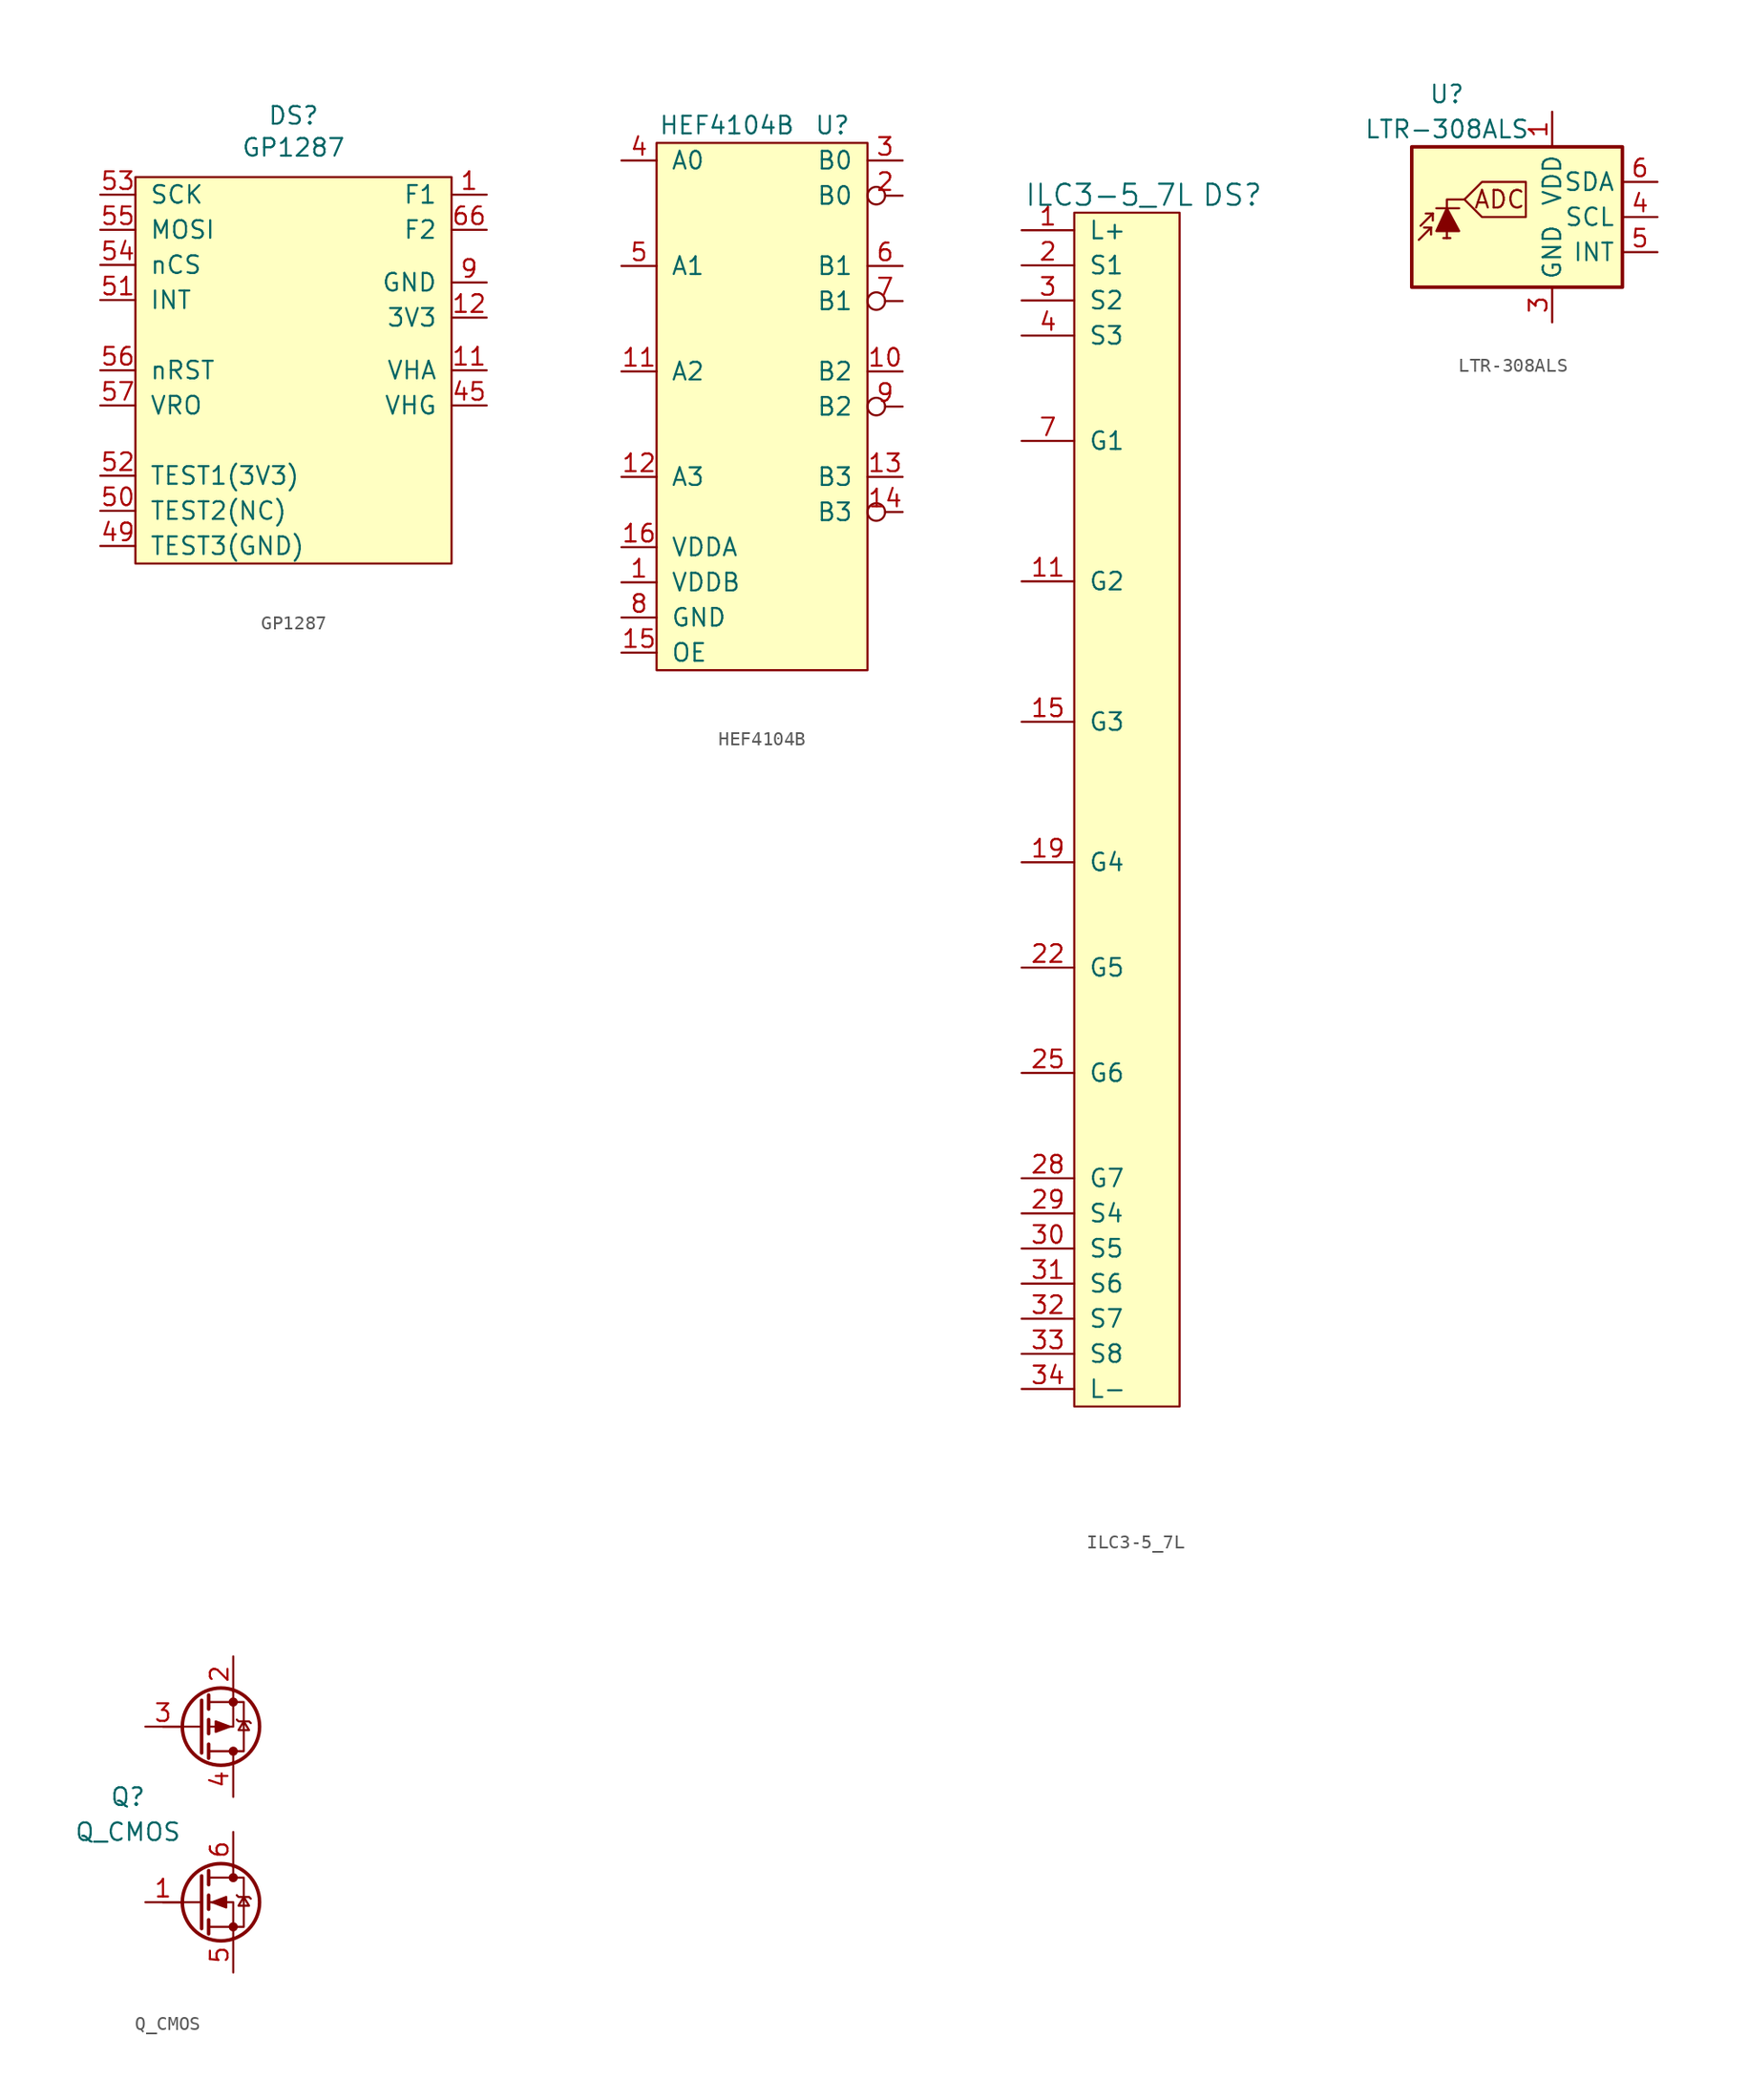
<source format=kicad_sym>
(kicad_symbol_lib
  (version 20211014)
  (generator kicad_symbol_editor)
  (symbol "GP1287"
    (pin_names
      (offset 1.016))
    (property "Reference" "DS"
      (at 0 18.415 0)
      (effects (font (size 1.27 1.27))))
    (property "Value" "GP1287"
      (at 0 16.104 0)
      (effects (font (size 1.27 1.27))))
    (symbol "GP1287_0_1"
      (rectangle (start -11.43 13.97) (end 11.43 -13.97) (stroke (width 0) (type default) (color 0 0 0 0)) (fill (type background))))
    (symbol "GP1287_1_1"
      (pin power_in line (at 13.97 12.7 180) (length 2.54) (name "F1" (effects (font (size 1.27 1.27)))) (number "1" (effects (font (size 1.27 1.27)))))
      (pin power_in line (at 13.97 6.35 180) (length 2.54) hide (name "GND" (effects (font (size 1.27 1.27)))) (number "10" (effects (font (size 1.27 1.27)))))
      (pin power_in line (at 13.97 0 180) (length 2.54) (name "VHA" (effects (font (size 1.27 1.27)))) (number "11" (effects (font (size 1.27 1.27)))))
      (pin power_in line (at 13.97 3.81 180) (length 2.54) (name "3V3" (effects (font (size 1.27 1.27)))) (number "12" (effects (font (size 1.27 1.27)))))
      (pin no_connect line (at 11.43 -5.08 180) (length 2.54) hide (name "NC" (effects (font (size 1.27 1.27)))) (number "13" (effects (font (size 1.27 1.27)))))
      (pin power_in line (at 13.97 12.7 180) (length 2.54) hide (name "F1" (effects (font (size 1.27 1.27)))) (number "2" (effects (font (size 1.27 1.27)))))
      (pin power_in line (at 13.97 12.7 180) (length 2.54) hide (name "F1" (effects (font (size 1.27 1.27)))) (number "3" (effects (font (size 1.27 1.27)))))
      (pin power_in line (at 13.97 12.7 180) (length 2.54) hide (name "F1" (effects (font (size 1.27 1.27)))) (number "4" (effects (font (size 1.27 1.27)))))
      (pin no_connect line (at 11.43 -6.35 180) (length 2.54) hide (name "NC" (effects (font (size 1.27 1.27)))) (number "44" (effects (font (size 1.27 1.27)))))
      (pin power_in line (at 13.97 -2.54 180) (length 2.54) (name "VHG" (effects (font (size 1.27 1.27)))) (number "45" (effects (font (size 1.27 1.27)))))
      (pin no_connect line (at 11.43 -7.62 180) (length 2.54) hide (name "NC" (effects (font (size 1.27 1.27)))) (number "46" (effects (font (size 1.27 1.27)))))
      (pin power_in line (at 13.97 6.35 180) (length 2.54) hide (name "GND" (effects (font (size 1.27 1.27)))) (number "47" (effects (font (size 1.27 1.27)))))
      (pin no_connect line (at 11.43 -8.89 180) (length 2.54) hide (name "NC" (effects (font (size 1.27 1.27)))) (number "48" (effects (font (size 1.27 1.27)))))
      (pin input line (at -13.97 -12.7 0) (length 2.54) (name "TEST3(GND)" (effects (font (size 1.27 1.27)))) (number "49" (effects (font (size 1.27 1.27)))))
      (pin input line (at -13.97 -10.16 0) (length 2.54) (name "TEST2(NC)" (effects (font (size 1.27 1.27)))) (number "50" (effects (font (size 1.27 1.27)))))
      (pin output line (at -13.97 5.08 0) (length 2.54) (name "INT" (effects (font (size 1.27 1.27)))) (number "51" (effects (font (size 1.27 1.27)))))
      (pin input line (at -13.97 -7.62 0) (length 2.54) (name "TEST1(3V3)" (effects (font (size 1.27 1.27)))) (number "52" (effects (font (size 1.27 1.27)))))
      (pin input line (at -13.97 12.7 0) (length 2.54) (name "SCK" (effects (font (size 1.27 1.27)))) (number "53" (effects (font (size 1.27 1.27)))))
      (pin input line (at -13.97 7.62 0) (length 2.54) (name "nCS" (effects (font (size 1.27 1.27)))) (number "54" (effects (font (size 1.27 1.27)))))
      (pin input line (at -13.97 10.16 0) (length 2.54) (name "MOSI" (effects (font (size 1.27 1.27)))) (number "55" (effects (font (size 1.27 1.27)))))
      (pin input line (at -13.97 0 0) (length 2.54) (name "nRST" (effects (font (size 1.27 1.27)))) (number "56" (effects (font (size 1.27 1.27)))))
      (pin input line (at -13.97 -2.54 0) (length 2.54) (name "VRO" (effects (font (size 1.27 1.27)))) (number "57" (effects (font (size 1.27 1.27)))))
      (pin no_connect line (at 11.43 -10.16 180) (length 2.54) hide (name "NC" (effects (font (size 1.27 1.27)))) (number "58" (effects (font (size 1.27 1.27)))))
      (pin no_connect line (at 11.43 -11.43 180) (length 2.54) hide (name "NC" (effects (font (size 1.27 1.27)))) (number "59" (effects (font (size 1.27 1.27)))))
      (pin power_in line (at 13.97 3.81 180) (length 2.54) hide (name "3V3" (effects (font (size 1.27 1.27)))) (number "60" (effects (font (size 1.27 1.27)))))
      (pin power_in line (at 13.97 6.35 180) (length 2.54) hide (name "GND" (effects (font (size 1.27 1.27)))) (number "61" (effects (font (size 1.27 1.27)))))
      (pin power_in line (at 13.97 10.16 180) (length 2.54) (name "F2" (effects (font (size 1.27 1.27)))) (number "66" (effects (font (size 1.27 1.27)))))
      (pin power_in line (at 13.97 10.16 180) (length 2.54) hide (name "F2" (effects (font (size 1.27 1.27)))) (number "67" (effects (font (size 1.27 1.27)))))
      (pin power_in line (at 13.97 10.16 180) (length 2.54) hide (name "F2" (effects (font (size 1.27 1.27)))) (number "68" (effects (font (size 1.27 1.27)))))
      (pin power_in line (at 13.97 10.16 180) (length 2.54) hide (name "F2" (effects (font (size 1.27 1.27)))) (number "69" (effects (font (size 1.27 1.27)))))
      (pin power_in line (at 13.97 6.35 180) (length 2.54) (name "GND" (effects (font (size 1.27 1.27)))) (number "9" (effects (font (size 1.27 1.27)))))))
  (symbol "HEF4104B"
    (pin_names
      (offset 1.016))
    (property "Reference" "U"
      (at 5.08 20.32 0)
      (effects (font (size 1.27 1.27))))
    (property "Value" "HEF4104B"
      (at -2.54 20.32 0)
      (effects (font (size 1.27 1.27))))
    (symbol "HEF4104B_0_1"
      (rectangle (start -7.62 19.05) (end 7.62 -19.05) (stroke (width 0) (type default) (color 0 0 0 0)) (fill (type background))))
    (symbol "HEF4104B_1_1"
      (pin power_in line (at -10.16 -12.7 0) (length 2.54) (name "VDDB" (effects (font (size 1.27 1.27)))) (number "1" (effects (font (size 1.27 1.27)))))
      (pin output line (at 10.16 2.54 180) (length 2.54) (name "B2" (effects (font (size 1.27 1.27)))) (number "10" (effects (font (size 1.27 1.27)))))
      (pin input line (at -10.16 2.54 0) (length 2.54) (name "A2" (effects (font (size 1.27 1.27)))) (number "11" (effects (font (size 1.27 1.27)))))
      (pin input line (at -10.16 -5.08 0) (length 2.54) (name "A3" (effects (font (size 1.27 1.27)))) (number "12" (effects (font (size 1.27 1.27)))))
      (pin output line (at 10.16 -5.08 180) (length 2.54) (name "B3" (effects (font (size 1.27 1.27)))) (number "13" (effects (font (size 1.27 1.27)))))
      (pin output inverted (at 10.16 -7.62 180) (length 2.54) (name "B3" (effects (font (size 1.27 1.27)))) (number "14" (effects (font (size 1.27 1.27)))))
      (pin input line (at -10.16 -17.78 0) (length 2.54) (name "OE" (effects (font (size 1.27 1.27)))) (number "15" (effects (font (size 1.27 1.27)))))
      (pin power_in line (at -10.16 -10.16 0) (length 2.54) (name "VDDA" (effects (font (size 1.27 1.27)))) (number "16" (effects (font (size 1.27 1.27)))))
      (pin output inverted (at 10.16 15.24 180) (length 2.54) (name "B0" (effects (font (size 1.27 1.27)))) (number "2" (effects (font (size 1.27 1.27)))))
      (pin output line (at 10.16 17.78 180) (length 2.54) (name "B0" (effects (font (size 1.27 1.27)))) (number "3" (effects (font (size 1.27 1.27)))))
      (pin input line (at -10.16 17.78 0) (length 2.54) (name "A0" (effects (font (size 1.27 1.27)))) (number "4" (effects (font (size 1.27 1.27)))))
      (pin input line (at -10.16 10.16 0) (length 2.54) (name "A1" (effects (font (size 1.27 1.27)))) (number "5" (effects (font (size 1.27 1.27)))))
      (pin output line (at 10.16 10.16 180) (length 2.54) (name "B1" (effects (font (size 1.27 1.27)))) (number "6" (effects (font (size 1.27 1.27)))))
      (pin output inverted (at 10.16 7.62 180) (length 2.54) (name "B1" (effects (font (size 1.27 1.27)))) (number "7" (effects (font (size 1.27 1.27)))))
      (pin power_in line (at -10.16 -15.24 0) (length 2.54) (name "GND" (effects (font (size 1.27 1.27)))) (number "8" (effects (font (size 1.27 1.27)))))
      (pin output inverted (at 10.16 0 180) (length 2.54) (name "B2" (effects (font (size 1.27 1.27)))) (number "9" (effects (font (size 1.27 1.27)))))))
  (symbol "ILC3-5_7L"
    (pin_names
      (offset 1.016))
    (property "Reference" "DS"
      (at 7.62 44.45 0)
      (effects (font (size 1.524 1.524))))
    (property "Value" "ILC3-5_7L"
      (at -1.27 44.45 0)
      (effects (font (size 1.524 1.524))))
    (symbol "ILC3-5_7L_0_1"
      (rectangle (start 3.81 43.18) (end -3.81 -43.18) (stroke (width 0) (type default) (color 0 0 0 0)) (fill (type background))))
    (symbol "ILC3-5_7L_1_1"
      (pin power_in line (at -7.62 41.91 0) (length 3.81) (name "L+" (effects (font (size 1.27 1.27)))) (number "1" (effects (font (size 1.27 1.27)))))
      (pin passive line (at -7.62 16.51 0) (length 3.81) (name "G2" (effects (font (size 1.27 1.27)))) (number "11" (effects (font (size 1.27 1.27)))))
      (pin passive line (at -7.62 6.35 0) (length 3.81) (name "G3" (effects (font (size 1.27 1.27)))) (number "15" (effects (font (size 1.27 1.27)))))
      (pin passive line (at -7.62 -3.81 0) (length 3.81) (name "G4" (effects (font (size 1.27 1.27)))) (number "19" (effects (font (size 1.27 1.27)))))
      (pin passive line (at -7.62 39.37 0) (length 3.81) (name "S1" (effects (font (size 1.27 1.27)))) (number "2" (effects (font (size 1.27 1.27)))))
      (pin passive line (at -7.62 -11.43 0) (length 3.81) (name "G5" (effects (font (size 1.27 1.27)))) (number "22" (effects (font (size 1.27 1.27)))))
      (pin passive line (at -7.62 -19.05 0) (length 3.81) (name "G6" (effects (font (size 1.27 1.27)))) (number "25" (effects (font (size 1.27 1.27)))))
      (pin passive line (at -7.62 -26.67 0) (length 3.81) (name "G7" (effects (font (size 1.27 1.27)))) (number "28" (effects (font (size 1.27 1.27)))))
      (pin passive line (at -7.62 -29.21 0) (length 3.81) (name "S4" (effects (font (size 1.27 1.27)))) (number "29" (effects (font (size 1.27 1.27)))))
      (pin passive line (at -7.62 36.83 0) (length 3.81) (name "S2" (effects (font (size 1.27 1.27)))) (number "3" (effects (font (size 1.27 1.27)))))
      (pin passive line (at -7.62 -31.75 0) (length 3.81) (name "S5" (effects (font (size 1.27 1.27)))) (number "30" (effects (font (size 1.27 1.27)))))
      (pin passive line (at -7.62 -34.29 0) (length 3.81) (name "S6" (effects (font (size 1.27 1.27)))) (number "31" (effects (font (size 1.27 1.27)))))
      (pin passive line (at -7.62 -36.83 0) (length 3.81) (name "S7" (effects (font (size 1.27 1.27)))) (number "32" (effects (font (size 1.27 1.27)))))
      (pin passive line (at -7.62 -39.37 0) (length 3.81) (name "S8" (effects (font (size 1.27 1.27)))) (number "33" (effects (font (size 1.27 1.27)))))
      (pin power_in line (at -7.62 -41.91 0) (length 3.81) (name "L-" (effects (font (size 1.27 1.27)))) (number "34" (effects (font (size 1.27 1.27)))))
      (pin passive line (at -7.62 34.29 0) (length 3.81) (name "S3" (effects (font (size 1.27 1.27)))) (number "4" (effects (font (size 1.27 1.27)))))
      (pin passive line (at -7.62 26.67 0) (length 3.81) (name "G1" (effects (font (size 1.27 1.27)))) (number "7" (effects (font (size 1.27 1.27)))))))
  (symbol "LTR-308ALS"
    (property "Reference" "U"
      (at -5.08 8.89 0)
      (effects (font (size 1.27 1.27))))
    (property "Value" "LTR-308ALS"
      (at -5.08 6.35 0)
      (effects (font (size 1.27 1.27))))
    (symbol "LTR-308ALS_0_0"
      (polyline (pts (xy -3.81 1.27) (xy -2.54 2.54) (xy 0.635 2.54) (xy 0.635 0) (xy -2.54 0) (xy -3.81 1.27)) (stroke (width 0) (type default) (color 0 0 0 0)) (fill (type none)))
      (text "ADC" (at -1.27 1.27 0) (effects (font (size 1.27 1.27)))))
    (symbol "LTR-308ALS_0_1"
      (rectangle (start -7.62 5.08) (end 7.62 -5.08) (stroke (width 0.254) (type default) (color 0 0 0 0)) (fill (type background))))
    (symbol "LTR-308ALS_1_0"
      (polyline (pts (xy -5.08 -1.524) (xy -5.08 1.27) (xy -3.81 1.27)) (stroke (width 0) (type default) (color 0 0 0 0)) (fill (type none))))
    (symbol "LTR-308ALS_1_1"
      (polyline (pts (xy -6.223 -0.762) (xy -7.112 -1.651)) (stroke (width 0) (type default) (color 0 0 0 0)) (fill (type none)))
      (polyline (pts (xy -6.223 -0.762) (xy -6.731 -0.762)) (stroke (width 0) (type default) (color 0 0 0 0)) (fill (type none)))
      (polyline (pts (xy -6.223 -0.762) (xy -6.223 -1.27)) (stroke (width 0) (type default) (color 0 0 0 0)) (fill (type none)))
      (polyline (pts (xy -6.096 0.254) (xy -6.985 -0.635)) (stroke (width 0) (type default) (color 0 0 0 0)) (fill (type none)))
      (polyline (pts (xy -6.096 0.254) (xy -6.604 0.254)) (stroke (width 0) (type default) (color 0 0 0 0)) (fill (type none)))
      (polyline (pts (xy -6.096 0.254) (xy -6.096 -0.254)) (stroke (width 0) (type default) (color 0 0 0 0)) (fill (type none)))
      (polyline (pts (xy -5.842 0.635) (xy -4.191 0.635)) (stroke (width 0) (type default) (color 0 0 0 0)) (fill (type none)))
      (polyline (pts (xy -4.826 -1.524) (xy -5.334 -1.524)) (stroke (width 0) (type default) (color 0 0 0 0)) (fill (type none)))
      (polyline (pts (xy -5.842 -1.016) (xy -4.191 -1.016) (xy -5.08 0.635) (xy -5.842 -1.016)) (stroke (width 0) (type default) (color 0 0 0 0)) (fill (type outline)))
      (pin power_in line (at 2.54 7.62 270) (length 2.54) (name "VDD" (effects (font (size 1.27 1.27)))) (number "1" (effects (font (size 1.27 1.27)))))
      (pin no_connect line (at -6.35 2.54 0) (length 2.54) hide (name "NC" (effects (font (size 1.27 1.27)))) (number "2" (effects (font (size 1.27 1.27)))))
      (pin power_in line (at 2.54 -7.62 90) (length 2.54) (name "GND" (effects (font (size 1.27 1.27)))) (number "3" (effects (font (size 1.27 1.27)))))
      (pin input line (at 10.16 0 180) (length 2.54) (name "SCL" (effects (font (size 1.27 1.27)))) (number "4" (effects (font (size 1.27 1.27)))))
      (pin open_collector line (at 10.16 -2.54 180) (length 2.54) (name "INT" (effects (font (size 1.27 1.27)))) (number "5" (effects (font (size 1.27 1.27)))))
      (pin bidirectional line (at 10.16 2.54 180) (length 2.54) (name "SDA" (effects (font (size 1.27 1.27)))) (number "6" (effects (font (size 1.27 1.27)))))))
  (symbol "Q_CMOS"
    (pin_names
      (offset 1.016) hide)
    (property "Reference" "Q"
      (at -6.35 1.27 0)
      (effects (font (size 1.27 1.27))))
    (property "Value" "Q_CMOS"
      (at -6.35 -1.27 0)
      (effects (font (size 1.27 1.27))))
    (symbol "Q_CMOS_1_1"
      (polyline (pts (xy -1.016 -6.35) (xy -3.81 -6.35)) (stroke (width 0) (type default) (color 0 0 0 0)) (fill (type none)))
      (polyline (pts (xy -1.016 -4.445) (xy -1.016 -8.255)) (stroke (width 0.254) (type default) (color 0 0 0 0)) (fill (type none)))
      (polyline (pts (xy -1.016 4.445) (xy -1.016 8.255)) (stroke (width 0.254) (type default) (color 0 0 0 0)) (fill (type none)))
      (polyline (pts (xy -1.016 6.35) (xy -3.81 6.35)) (stroke (width 0) (type default) (color 0 0 0 0)) (fill (type none)))
      (polyline (pts (xy -0.508 -7.62) (xy -0.508 -8.636)) (stroke (width 0.254) (type default) (color 0 0 0 0)) (fill (type none)))
      (polyline (pts (xy -0.508 -5.842) (xy -0.508 -6.858)) (stroke (width 0.254) (type default) (color 0 0 0 0)) (fill (type none)))
      (polyline (pts (xy -0.508 -4.064) (xy -0.508 -5.08)) (stroke (width 0.254) (type default) (color 0 0 0 0)) (fill (type none)))
      (polyline (pts (xy -0.508 4.064) (xy -0.508 5.08)) (stroke (width 0.254) (type default) (color 0 0 0 0)) (fill (type none)))
      (polyline (pts (xy -0.508 5.842) (xy -0.508 6.858)) (stroke (width 0.254) (type default) (color 0 0 0 0)) (fill (type none)))
      (polyline (pts (xy -0.508 7.62) (xy -0.508 8.636)) (stroke (width 0.254) (type default) (color 0 0 0 0)) (fill (type none)))
      (polyline (pts (xy 1.27 -3.81) (xy 1.27 -4.572)) (stroke (width 0) (type default) (color 0 0 0 0)) (fill (type none)))
      (polyline (pts (xy 1.27 3.81) (xy 1.27 4.572)) (stroke (width 0) (type default) (color 0 0 0 0)) (fill (type none)))
      (polyline (pts (xy 1.27 -8.89) (xy 1.27 -6.35) (xy -0.508 -6.35)) (stroke (width 0) (type default) (color 0 0 0 0)) (fill (type none)))
      (polyline (pts (xy 1.27 8.89) (xy 1.27 6.35) (xy -0.508 6.35)) (stroke (width 0) (type default) (color 0 0 0 0)) (fill (type none)))
      (polyline (pts (xy -0.508 -8.128) (xy 2.032 -8.128) (xy 2.032 -4.572) (xy -0.508 -4.572)) (stroke (width 0) (type default) (color 0 0 0 0)) (fill (type none)))
      (polyline (pts (xy -0.508 4.572) (xy 2.032 4.572) (xy 2.032 8.128) (xy -0.508 8.128)) (stroke (width 0) (type default) (color 0 0 0 0)) (fill (type none)))
      (polyline (pts (xy -0.254 -6.35) (xy 0.762 -5.969) (xy 0.762 -6.731) (xy -0.254 -6.35)) (stroke (width 0) (type default) (color 0 0 0 0)) (fill (type outline)))
      (polyline (pts (xy 1.016 6.35) (xy 0 5.969) (xy 0 6.731) (xy 1.016 6.35)) (stroke (width 0) (type default) (color 0 0 0 0)) (fill (type outline)))
      (polyline (pts (xy 1.524 -5.842) (xy 1.651 -5.969) (xy 2.413 -5.969) (xy 2.54 -6.096)) (stroke (width 0) (type default) (color 0 0 0 0)) (fill (type none)))
      (polyline (pts (xy 1.524 6.858) (xy 1.651 6.731) (xy 2.413 6.731) (xy 2.54 6.604)) (stroke (width 0) (type default) (color 0 0 0 0)) (fill (type none)))
      (polyline (pts (xy 2.032 -5.969) (xy 1.651 -6.604) (xy 2.413 -6.604) (xy 2.032 -5.969)) (stroke (width 0) (type default) (color 0 0 0 0)) (fill (type none)))
      (polyline (pts (xy 2.032 6.731) (xy 1.651 6.096) (xy 2.413 6.096) (xy 2.032 6.731)) (stroke (width 0) (type default) (color 0 0 0 0)) (fill (type none)))
      (circle (center 0.381 -6.35) (radius 2.794) (stroke (width 0.254) (type default) (color 0 0 0 0)) (fill (type none)))
      (circle (center 0.381 6.35) (radius 2.794) (stroke (width 0.254) (type default) (color 0 0 0 0)) (fill (type none)))
      (circle (center 1.27 -8.128) (radius 0.254) (stroke (width 0) (type default) (color 0 0 0 0)) (fill (type outline)))
      (circle (center 1.27 -4.572) (radius 0.254) (stroke (width 0) (type default) (color 0 0 0 0)) (fill (type outline)))
      (circle (center 1.27 4.572) (radius 0.254) (stroke (width 0) (type default) (color 0 0 0 0)) (fill (type outline)))
      (circle (center 1.27 8.128) (radius 0.254) (stroke (width 0) (type default) (color 0 0 0 0)) (fill (type outline)))
      (pin input line (at -5.08 -6.35 0) (length 2.54) (name "G1" (effects (font (size 1.27 1.27)))) (number "1" (effects (font (size 1.27 1.27)))))
      (pin passive line (at 1.27 11.43 270) (length 2.54) (name "S2" (effects (font (size 1.27 1.27)))) (number "2" (effects (font (size 1.27 1.27)))))
      (pin input line (at -5.08 6.35 0) (length 2.54) (name "G2" (effects (font (size 1.27 1.27)))) (number "3" (effects (font (size 1.27 1.27)))))
      (pin passive line (at 1.27 1.27 90) (length 2.54) (name "D2" (effects (font (size 1.27 1.27)))) (number "4" (effects (font (size 1.27 1.27)))))
      (pin passive line (at 1.27 -11.43 90) (length 2.54) (name "S1" (effects (font (size 1.27 1.27)))) (number "5" (effects (font (size 1.27 1.27)))))
      (pin passive line (at 1.27 -1.27 270) (length 2.54) (name "D1" (effects (font (size 1.27 1.27)))) (number "6" (effects (font (size 1.27 1.27))))))))
</source>
